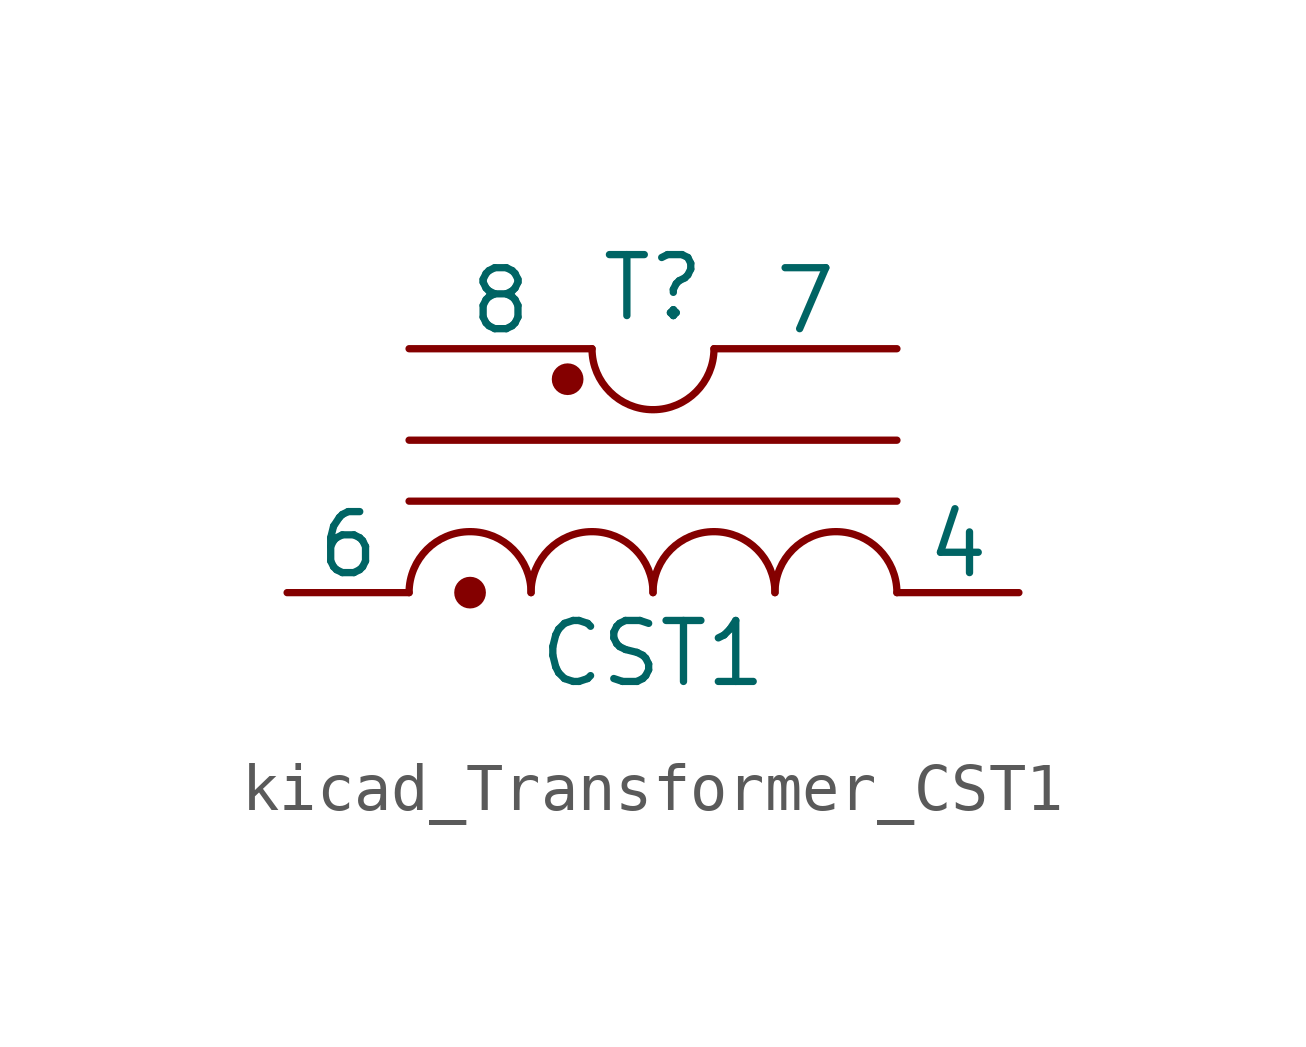
<source format=kicad_sym>
(kicad_symbol_lib
  (version 20220914)
  (generator kicad_symbol_editor)
  (symbol "kicad_Transformer_CST1"
    (pin_numbers hide)
    (pin_names
      (offset 0))
    (property "Reference" "T"
      (at 0 6.35 0)
      (effects (font (size 1.27 1.27))))
    (property "Value" "CST1"
      (at 0 -1.27 0)
      (effects (font (size 1.27 1.27))))
    (property "ki_locked" ""
      (at 0 0 0)
      (effects (font (size 1.27 1.27))))
    (symbol "kicad_Transformer_CST1_0_1"
      (circle (center -3.81 0) (radius 0.254) (stroke (width 0) (type default)) (fill (type outline)))
      (arc (start -2.54 0) (mid -3.81 1.2645) (end -5.08 0) (stroke (width 0) (type default)) (fill (type none)))
      (circle (center -1.778 4.445) (radius 0.254) (stroke (width 0) (type default)) (fill (type outline)))
      (arc (start -1.27 5.08) (mid 0 3.8155) (end 1.27 5.08) (stroke (width 0) (type default)) (fill (type none)))
      (arc (start 0 0) (mid -1.27 1.2645) (end -2.54 0) (stroke (width 0) (type default)) (fill (type none)))
      (polyline (pts (xy -5.08 1.905) (xy 5.08 1.905)) (stroke (width 0) (type default)) (fill (type none)))
      (polyline (pts (xy -5.08 3.175) (xy 5.08 3.175)) (stroke (width 0) (type default)) (fill (type none)))
      (arc (start 2.54 0) (mid 1.27 1.2645) (end 0 0) (stroke (width 0) (type default)) (fill (type none)))
      (arc (start 5.08 0) (mid 3.81 1.2645) (end 2.54 0) (stroke (width 0) (type default)) (fill (type none)))
      (pin passive line (at 7.62 0 180) (length 2.54) (name "4" (effects (font (size 1.27 1.27)))) (number "4" (effects (font (size 1.27 1.27)))))
      (pin passive line (at -7.62 0 0) (length 2.54) (name "6" (effects (font (size 1.27 1.27)))) (number "6" (effects (font (size 1.27 1.27)))))
      (pin passive line (at 5.08 5.08 180) (length 3.81) (name "7" (effects (font (size 1.27 1.27)))) (number "7" (effects (font (size 1.27 1.27)))))
      (pin passive line (at -5.08 5.08 0) (length 3.81) (name "8" (effects (font (size 1.27 1.27)))) (number "8" (effects (font (size 1.27 1.27))))))
    (symbol "kicad_Transformer_CST1_1_1"
      (pin no_connect line (at 2.54 0 180) (length 2.54) hide (name "1" (effects (font (size 1.27 1.27)))) (number "1" (effects (font (size 1.27 1.27)))))
      (pin no_connect line (at -2.54 0 0) (length 2.54) hide (name "2" (effects (font (size 1.27 1.27)))) (number "2" (effects (font (size 1.27 1.27)))))
      (pin no_connect line (at 2.54 5.08 180) (length 2.54) hide (name "3" (effects (font (size 1.27 1.27)))) (number "3" (effects (font (size 1.27 1.27)))))
      (pin no_connect line (at -2.54 5.08 0) (length 2.54) hide (name "5" (effects (font (size 1.27 1.27)))) (number "5" (effects (font (size 1.27 1.27))))))))
</source>
